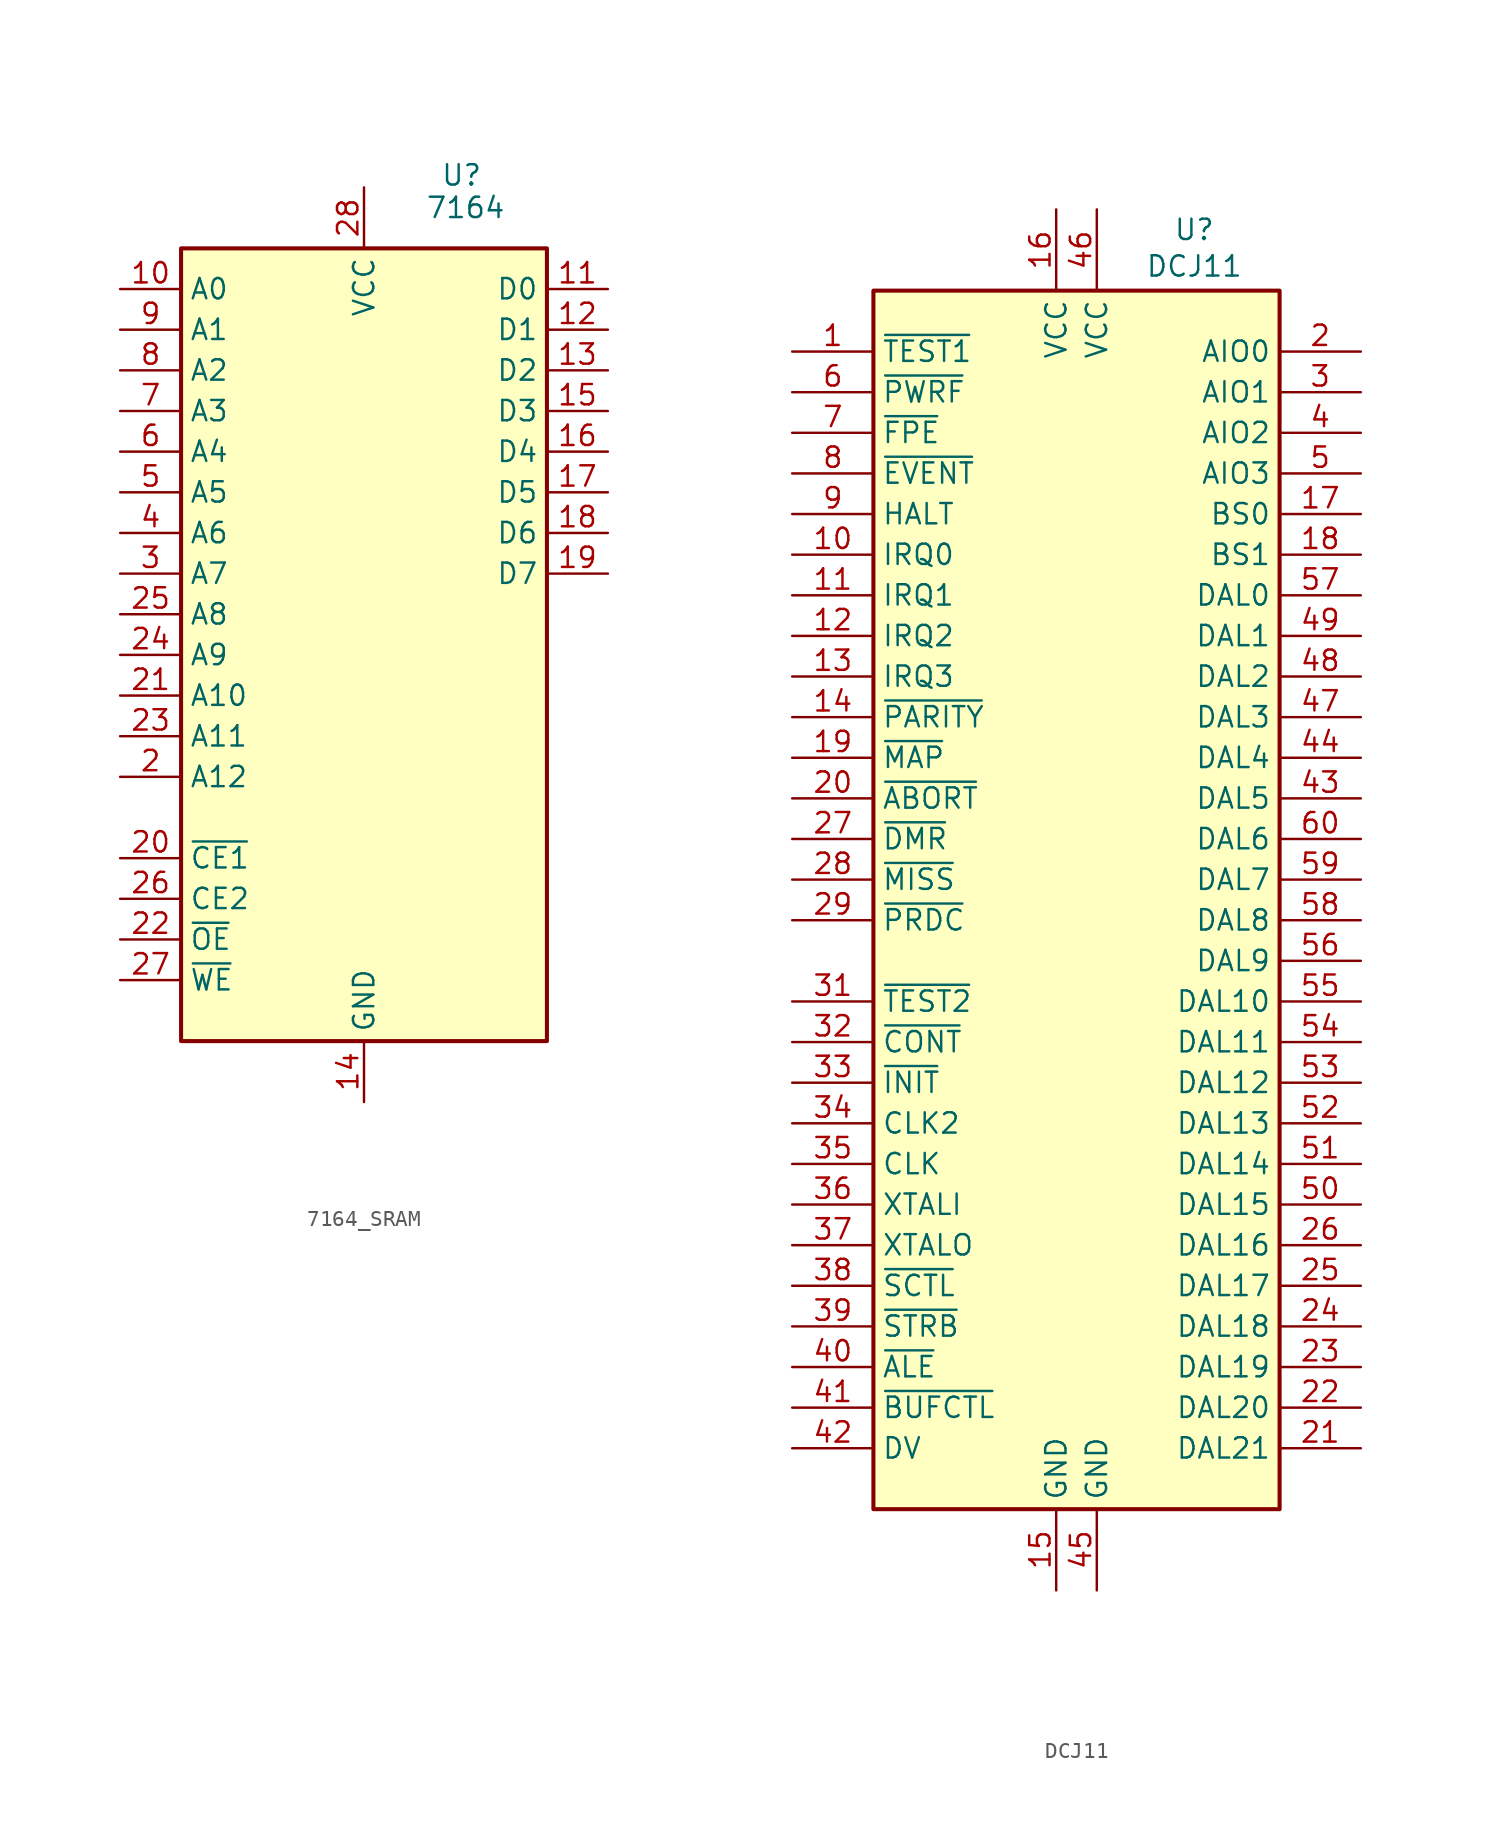
<source format=kicad_sym>
(kicad_symbol_lib
  (version 20241209)
  (generator "kicad_symbol_editor")
  (generator_version "9.0")
  (symbol "7164_SRAM"
    (property "Reference" "U"
      (at 6.096 29.972 0)
      (effects (font (size 1.27 1.27))))
    (property "Value" "7164"
      (at 6.35 27.94 0)
      (effects (font (size 1.27 1.27))))
    (symbol "7164_SRAM_0_0"
      (pin power_in line (at 0 29.21 270) (length 3.81) (name "VCC" (effects (font (size 1.27 1.27)))) (number "28" (effects (font (size 1.27 1.27)))))
      (pin power_in line (at 0 -27.94 90) (length 3.81) (name "GND" (effects (font (size 1.27 1.27)))) (number "14" (effects (font (size 1.27 1.27))))))
    (symbol "7164_SRAM_0_1"
      (rectangle (start -11.43 25.4) (end 11.43 -24.13) (stroke (width 0.254) (type default)) (fill (type background))))
    (symbol "7164_SRAM_1_1"
      (pin input line (at -15.24 22.86 0) (length 3.81) (name "A0" (effects (font (size 1.27 1.27)))) (number "10" (effects (font (size 1.27 1.27)))))
      (pin input line (at -15.24 20.32 0) (length 3.81) (name "A1" (effects (font (size 1.27 1.27)))) (number "9" (effects (font (size 1.27 1.27)))))
      (pin input line (at -15.24 17.78 0) (length 3.81) (name "A2" (effects (font (size 1.27 1.27)))) (number "8" (effects (font (size 1.27 1.27)))))
      (pin input line (at -15.24 15.24 0) (length 3.81) (name "A3" (effects (font (size 1.27 1.27)))) (number "7" (effects (font (size 1.27 1.27)))))
      (pin input line (at -15.24 12.7 0) (length 3.81) (name "A4" (effects (font (size 1.27 1.27)))) (number "6" (effects (font (size 1.27 1.27)))))
      (pin input line (at -15.24 10.16 0) (length 3.81) (name "A5" (effects (font (size 1.27 1.27)))) (number "5" (effects (font (size 1.27 1.27)))))
      (pin input line (at -15.24 7.62 0) (length 3.81) (name "A6" (effects (font (size 1.27 1.27)))) (number "4" (effects (font (size 1.27 1.27)))))
      (pin input line (at -15.24 5.08 0) (length 3.81) (name "A7" (effects (font (size 1.27 1.27)))) (number "3" (effects (font (size 1.27 1.27)))))
      (pin input line (at -15.24 2.54 0) (length 3.81) (name "A8" (effects (font (size 1.27 1.27)))) (number "25" (effects (font (size 1.27 1.27)))))
      (pin input line (at -15.24 0 0) (length 3.81) (name "A9" (effects (font (size 1.27 1.27)))) (number "24" (effects (font (size 1.27 1.27)))))
      (pin input line (at -15.24 -2.54 0) (length 3.81) (name "A10" (effects (font (size 1.27 1.27)))) (number "21" (effects (font (size 1.27 1.27)))))
      (pin input line (at -15.24 -5.08 0) (length 3.81) (name "A11" (effects (font (size 1.27 1.27)))) (number "23" (effects (font (size 1.27 1.27)))))
      (pin input line (at -15.24 -7.62 0) (length 3.81) (name "A12" (effects (font (size 1.27 1.27)))) (number "2" (effects (font (size 1.27 1.27)))))
      (pin no_connect line (at -15.24 -10.16 0) (length 3.81) (hide yes) (name "NC" (effects (font (size 1.27 1.27)))) (number "1" (effects (font (size 1.27 1.27)))))
      (pin input line (at -15.24 -12.7 0) (length 3.81) (name "~{CE1}" (effects (font (size 1.27 1.27)))) (number "20" (effects (font (size 1.27 1.27)))))
      (pin input line (at -15.24 -15.24 0) (length 3.81) (name "CE2" (effects (font (size 1.27 1.27)))) (number "26" (effects (font (size 1.27 1.27)))))
      (pin input line (at -15.24 -17.78 0) (length 3.81) (name "~{OE}" (effects (font (size 1.27 1.27)))) (number "22" (effects (font (size 1.27 1.27)))))
      (pin input line (at -15.24 -20.32 0) (length 3.81) (name "~{WE}" (effects (font (size 1.27 1.27)))) (number "27" (effects (font (size 1.27 1.27)))))
      (pin tri_state line (at 15.24 22.86 180) (length 3.81) (name "D0" (effects (font (size 1.27 1.27)))) (number "11" (effects (font (size 1.27 1.27)))))
      (pin tri_state line (at 15.24 20.32 180) (length 3.81) (name "D1" (effects (font (size 1.27 1.27)))) (number "12" (effects (font (size 1.27 1.27)))))
      (pin tri_state line (at 15.24 17.78 180) (length 3.81) (name "D2" (effects (font (size 1.27 1.27)))) (number "13" (effects (font (size 1.27 1.27)))))
      (pin tri_state line (at 15.24 15.24 180) (length 3.81) (name "D3" (effects (font (size 1.27 1.27)))) (number "15" (effects (font (size 1.27 1.27)))))
      (pin tri_state line (at 15.24 12.7 180) (length 3.81) (name "D4" (effects (font (size 1.27 1.27)))) (number "16" (effects (font (size 1.27 1.27)))))
      (pin tri_state line (at 15.24 10.16 180) (length 3.81) (name "D5" (effects (font (size 1.27 1.27)))) (number "17" (effects (font (size 1.27 1.27)))))
      (pin tri_state line (at 15.24 7.62 180) (length 3.81) (name "D6" (effects (font (size 1.27 1.27)))) (number "18" (effects (font (size 1.27 1.27)))))
      (pin tri_state line (at 15.24 5.08 180) (length 3.81) (name "D7" (effects (font (size 1.27 1.27)))) (number "19" (effects (font (size 1.27 1.27)))))))
  (symbol "DCJ11"
    (property "Reference" "U"
      (at 7.366 44.45 0)
      (effects (font (size 1.27 1.27))))
    (property "Value" "DCJ11"
      (at 7.366 42.164 0)
      (effects (font (size 1.27 1.27))))
    (symbol "DCJ11_1_1"
      (rectangle (start -12.7 40.64) (end 12.7 -35.56) (stroke (width 0.254) (type default)) (fill (type background)))
      (pin input line (at -17.78 36.83 0) (length 5.08) (name "~{TEST1}" (effects (font (size 1.27 1.27)))) (number "1" (effects (font (size 1.27 1.27)))))
      (pin input line (at -17.78 34.29 0) (length 5.08) (name "~{PWRF}" (effects (font (size 1.27 1.27)))) (number "6" (effects (font (size 1.27 1.27)))))
      (pin input line (at -17.78 31.75 0) (length 5.08) (name "~{FPE}" (effects (font (size 1.27 1.27)))) (number "7" (effects (font (size 1.27 1.27)))))
      (pin input line (at -17.78 29.21 0) (length 5.08) (name "~{EVENT}" (effects (font (size 1.27 1.27)))) (number "8" (effects (font (size 1.27 1.27)))))
      (pin input line (at -17.78 26.67 0) (length 5.08) (name "HALT" (effects (font (size 1.27 1.27)))) (number "9" (effects (font (size 1.27 1.27)))))
      (pin input line (at -17.78 24.13 0) (length 5.08) (name "IRQ0" (effects (font (size 1.27 1.27)))) (number "10" (effects (font (size 1.27 1.27)))))
      (pin input line (at -17.78 21.59 0) (length 5.08) (name "IRQ1" (effects (font (size 1.27 1.27)))) (number "11" (effects (font (size 1.27 1.27)))))
      (pin input line (at -17.78 19.05 0) (length 5.08) (name "IRQ2" (effects (font (size 1.27 1.27)))) (number "12" (effects (font (size 1.27 1.27)))))
      (pin input line (at -17.78 16.51 0) (length 5.08) (name "IRQ3" (effects (font (size 1.27 1.27)))) (number "13" (effects (font (size 1.27 1.27)))))
      (pin input line (at -17.78 13.97 0) (length 5.08) (name "~{PARITY}" (effects (font (size 1.27 1.27)))) (number "14" (effects (font (size 1.27 1.27)))))
      (pin output line (at -17.78 11.43 0) (length 5.08) (name "~{MAP}" (effects (font (size 1.27 1.27)))) (number "19" (effects (font (size 1.27 1.27)))))
      (pin open_collector line (at -17.78 8.89 0) (length 5.08) (name "~{ABORT}" (effects (font (size 1.27 1.27)))) (number "20" (effects (font (size 1.27 1.27)))))
      (pin input line (at -17.78 6.35 0) (length 5.08) (name "~{DMR}" (effects (font (size 1.27 1.27)))) (number "27" (effects (font (size 1.27 1.27)))))
      (pin input line (at -17.78 3.81 0) (length 5.08) (name "~{MISS}" (effects (font (size 1.27 1.27)))) (number "28" (effects (font (size 1.27 1.27)))))
      (pin output line (at -17.78 1.27 0) (length 5.08) (name "~{PRDC}" (effects (font (size 1.27 1.27)))) (number "29" (effects (font (size 1.27 1.27)))))
      (pin no_connect line (at -17.78 -1.27 0) (length 5.08) (hide yes) (name "NC" (effects (font (size 1.27 1.27)))) (number "30" (effects (font (size 1.27 1.27)))))
      (pin input line (at -17.78 -3.81 0) (length 5.08) (name "~{TEST2}" (effects (font (size 1.27 1.27)))) (number "31" (effects (font (size 1.27 1.27)))))
      (pin input line (at -17.78 -6.35 0) (length 5.08) (name "~{CONT}" (effects (font (size 1.27 1.27)))) (number "32" (effects (font (size 1.27 1.27)))))
      (pin input line (at -17.78 -8.89 0) (length 5.08) (name "~{INIT}" (effects (font (size 1.27 1.27)))) (number "33" (effects (font (size 1.27 1.27)))))
      (pin output line (at -17.78 -11.43 0) (length 5.08) (name "CLK2" (effects (font (size 1.27 1.27)))) (number "34" (effects (font (size 1.27 1.27)))))
      (pin bidirectional line (at -17.78 -13.97 0) (length 5.08) (name "CLK" (effects (font (size 1.27 1.27)))) (number "35" (effects (font (size 1.27 1.27)))))
      (pin input line (at -17.78 -16.51 0) (length 5.08) (name "XTALI" (effects (font (size 1.27 1.27)))) (number "36" (effects (font (size 1.27 1.27)))))
      (pin output line (at -17.78 -19.05 0) (length 5.08) (name "XTALO" (effects (font (size 1.27 1.27)))) (number "37" (effects (font (size 1.27 1.27)))))
      (pin output line (at -17.78 -21.59 0) (length 5.08) (name "~{SCTL}" (effects (font (size 1.27 1.27)))) (number "38" (effects (font (size 1.27 1.27)))))
      (pin output line (at -17.78 -24.13 0) (length 5.08) (name "~{STRB}" (effects (font (size 1.27 1.27)))) (number "39" (effects (font (size 1.27 1.27)))))
      (pin output line (at -17.78 -26.67 0) (length 5.08) (name "~{ALE}" (effects (font (size 1.27 1.27)))) (number "40" (effects (font (size 1.27 1.27)))))
      (pin output line (at -17.78 -29.21 0) (length 5.08) (name "~{BUFCTL}" (effects (font (size 1.27 1.27)))) (number "41" (effects (font (size 1.27 1.27)))))
      (pin input line (at -17.78 -31.75 0) (length 5.08) (name "DV" (effects (font (size 1.27 1.27)))) (number "42" (effects (font (size 1.27 1.27)))))
      (pin power_in line (at -1.27 45.72 270) (length 5.08) (name "VCC" (effects (font (size 1.27 1.27)))) (number "16" (effects (font (size 1.27 1.27)))))
      (pin power_in line (at -1.27 -40.64 90) (length 5.08) (name "GND" (effects (font (size 1.27 1.27)))) (number "15" (effects (font (size 1.27 1.27)))))
      (pin power_in line (at 1.27 45.72 270) (length 5.08) (name "VCC" (effects (font (size 1.27 1.27)))) (number "46" (effects (font (size 1.27 1.27)))))
      (pin power_in line (at 1.27 -40.64 90) (length 5.08) (name "GND" (effects (font (size 1.27 1.27)))) (number "45" (effects (font (size 1.27 1.27)))))
      (pin output line (at 17.78 36.83 180) (length 5.08) (name "AIO0" (effects (font (size 1.27 1.27)))) (number "2" (effects (font (size 1.27 1.27)))))
      (pin output line (at 17.78 34.29 180) (length 5.08) (name "AIO1" (effects (font (size 1.27 1.27)))) (number "3" (effects (font (size 1.27 1.27)))))
      (pin output line (at 17.78 31.75 180) (length 5.08) (name "AIO2" (effects (font (size 1.27 1.27)))) (number "4" (effects (font (size 1.27 1.27)))))
      (pin output line (at 17.78 29.21 180) (length 5.08) (name "AIO3" (effects (font (size 1.27 1.27)))) (number "5" (effects (font (size 1.27 1.27)))))
      (pin output line (at 17.78 26.67 180) (length 5.08) (name "BS0" (effects (font (size 1.27 1.27)))) (number "17" (effects (font (size 1.27 1.27)))))
      (pin output line (at 17.78 24.13 180) (length 5.08) (name "BS1" (effects (font (size 1.27 1.27)))) (number "18" (effects (font (size 1.27 1.27)))))
      (pin bidirectional line (at 17.78 21.59 180) (length 5.08) (name "DAL0" (effects (font (size 1.27 1.27)))) (number "57" (effects (font (size 1.27 1.27)))))
      (pin bidirectional line (at 17.78 19.05 180) (length 5.08) (name "DAL1" (effects (font (size 1.27 1.27)))) (number "49" (effects (font (size 1.27 1.27)))))
      (pin bidirectional line (at 17.78 16.51 180) (length 5.08) (name "DAL2" (effects (font (size 1.27 1.27)))) (number "48" (effects (font (size 1.27 1.27)))))
      (pin bidirectional line (at 17.78 13.97 180) (length 5.08) (name "DAL3" (effects (font (size 1.27 1.27)))) (number "47" (effects (font (size 1.27 1.27)))))
      (pin bidirectional line (at 17.78 11.43 180) (length 5.08) (name "DAL4" (effects (font (size 1.27 1.27)))) (number "44" (effects (font (size 1.27 1.27)))))
      (pin bidirectional line (at 17.78 8.89 180) (length 5.08) (name "DAL5" (effects (font (size 1.27 1.27)))) (number "43" (effects (font (size 1.27 1.27)))))
      (pin bidirectional line (at 17.78 6.35 180) (length 5.08) (name "DAL6" (effects (font (size 1.27 1.27)))) (number "60" (effects (font (size 1.27 1.27)))))
      (pin bidirectional line (at 17.78 3.81 180) (length 5.08) (name "DAL7" (effects (font (size 1.27 1.27)))) (number "59" (effects (font (size 1.27 1.27)))))
      (pin bidirectional line (at 17.78 1.27 180) (length 5.08) (name "DAL8" (effects (font (size 1.27 1.27)))) (number "58" (effects (font (size 1.27 1.27)))))
      (pin bidirectional line (at 17.78 -1.27 180) (length 5.08) (name "DAL9" (effects (font (size 1.27 1.27)))) (number "56" (effects (font (size 1.27 1.27)))))
      (pin bidirectional line (at 17.78 -3.81 180) (length 5.08) (name "DAL10" (effects (font (size 1.27 1.27)))) (number "55" (effects (font (size 1.27 1.27)))))
      (pin bidirectional line (at 17.78 -6.35 180) (length 5.08) (name "DAL11" (effects (font (size 1.27 1.27)))) (number "54" (effects (font (size 1.27 1.27)))))
      (pin bidirectional line (at 17.78 -8.89 180) (length 5.08) (name "DAL12" (effects (font (size 1.27 1.27)))) (number "53" (effects (font (size 1.27 1.27)))))
      (pin bidirectional line (at 17.78 -11.43 180) (length 5.08) (name "DAL13" (effects (font (size 1.27 1.27)))) (number "52" (effects (font (size 1.27 1.27)))))
      (pin bidirectional line (at 17.78 -13.97 180) (length 5.08) (name "DAL14" (effects (font (size 1.27 1.27)))) (number "51" (effects (font (size 1.27 1.27)))))
      (pin bidirectional line (at 17.78 -16.51 180) (length 5.08) (name "DAL15" (effects (font (size 1.27 1.27)))) (number "50" (effects (font (size 1.27 1.27)))))
      (pin bidirectional line (at 17.78 -19.05 180) (length 5.08) (name "DAL16" (effects (font (size 1.27 1.27)))) (number "26" (effects (font (size 1.27 1.27)))))
      (pin bidirectional line (at 17.78 -21.59 180) (length 5.08) (name "DAL17" (effects (font (size 1.27 1.27)))) (number "25" (effects (font (size 1.27 1.27)))))
      (pin bidirectional line (at 17.78 -24.13 180) (length 5.08) (name "DAL18" (effects (font (size 1.27 1.27)))) (number "24" (effects (font (size 1.27 1.27)))))
      (pin bidirectional line (at 17.78 -26.67 180) (length 5.08) (name "DAL19" (effects (font (size 1.27 1.27)))) (number "23" (effects (font (size 1.27 1.27)))))
      (pin bidirectional line (at 17.78 -29.21 180) (length 5.08) (name "DAL20" (effects (font (size 1.27 1.27)))) (number "22" (effects (font (size 1.27 1.27)))))
      (pin bidirectional line (at 17.78 -31.75 180) (length 5.08) (name "DAL21" (effects (font (size 1.27 1.27)))) (number "21" (effects (font (size 1.27 1.27))))))))
</source>
